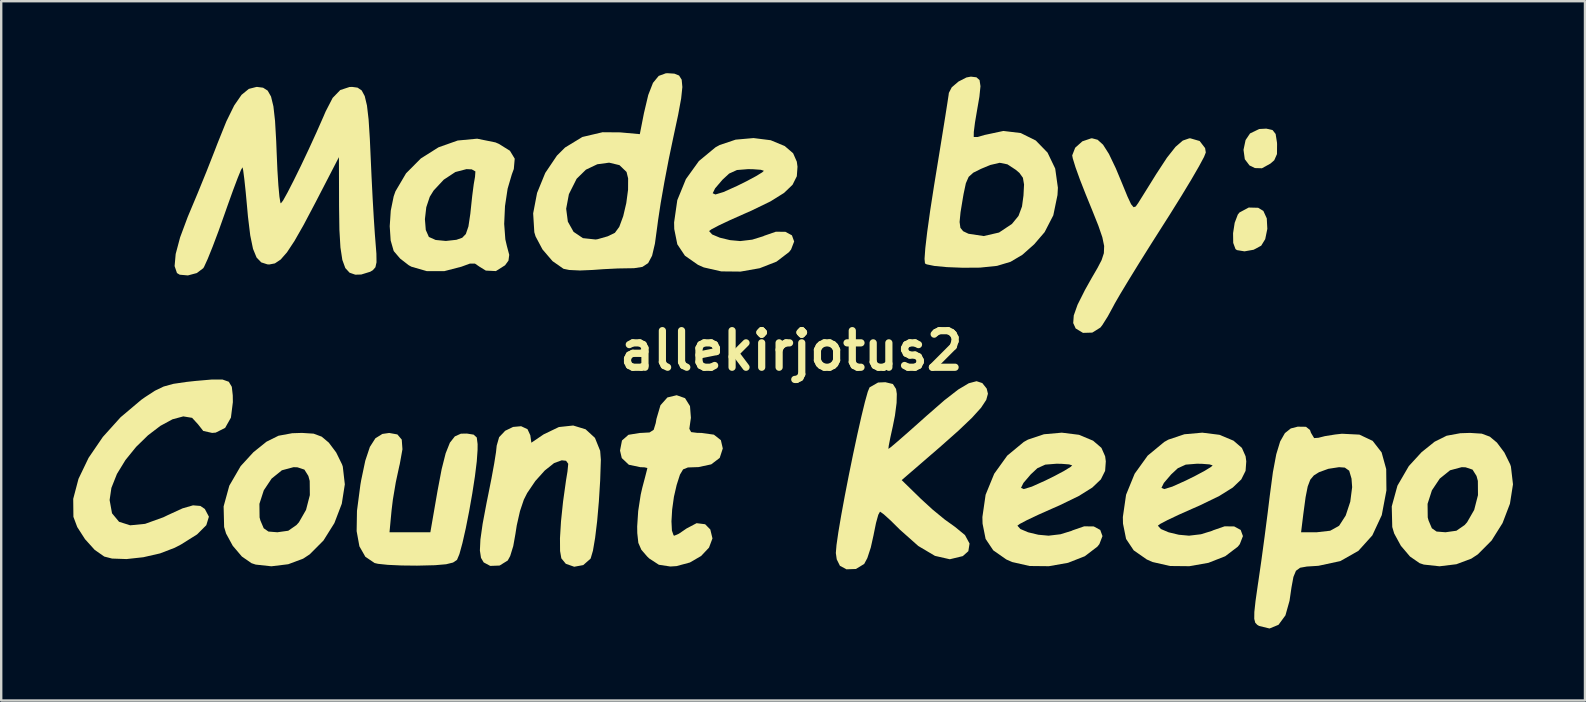
<source format=kicad_pcb>
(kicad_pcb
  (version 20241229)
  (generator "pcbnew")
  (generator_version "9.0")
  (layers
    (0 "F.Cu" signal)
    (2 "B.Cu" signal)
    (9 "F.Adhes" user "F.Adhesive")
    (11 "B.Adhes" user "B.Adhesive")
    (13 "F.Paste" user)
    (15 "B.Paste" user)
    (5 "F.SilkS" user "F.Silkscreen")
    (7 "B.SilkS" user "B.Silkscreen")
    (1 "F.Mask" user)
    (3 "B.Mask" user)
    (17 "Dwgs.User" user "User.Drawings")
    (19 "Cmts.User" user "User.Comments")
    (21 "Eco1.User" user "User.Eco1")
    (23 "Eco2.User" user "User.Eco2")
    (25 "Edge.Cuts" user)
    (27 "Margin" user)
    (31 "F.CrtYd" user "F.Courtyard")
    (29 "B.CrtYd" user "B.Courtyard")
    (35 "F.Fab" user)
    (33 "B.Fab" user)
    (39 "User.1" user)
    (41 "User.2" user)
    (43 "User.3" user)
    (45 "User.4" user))
  (footprint "allekirjotus2"
    (layer "F.Cu")
    (at 29.912 11.558)
    (property "Reference" "allekirjotus2" (at 0 0 0) (layer "F.SilkS") (effects (font (size 1.524 1.524) (thickness 0.3))))
    (attr board_only exclude_from_pos_files exclude_from_bom)
    (fp_poly (pts (xy 19.448 -5.953) (xy 19.664 -5.822) (xy 19.806 -5.511) (xy 19.829 -5.075) (xy 19.741 -4.646) (xy 19.574 -4.374) (xy 19.259 -4.205) (xy 18.878 -4.138) (xy 18.565 -4.189) (xy 18.503 -4.233) (xy 18.408 -4.49) (xy 18.402 -4.894) (xy 18.469 -5.327) (xy 18.599 -5.669) (xy 18.669 -5.757) (xy 19.054 -5.963)) (stroke (width 0) (type solid)) (fill yes) (layer "F.SilkS"))
    (fp_poly (pts (xy 20.048 -9.189) (xy 20.175 -9.027) (xy 20.23 -8.679) (xy 20.235 -8.611) (xy 20.231 -8.19) (xy 20.117 -7.932) (xy 19.953 -7.79) (xy 19.605 -7.599) (xy 19.314 -7.607) (xy 19.086 -7.717) (xy 18.891 -7.976) (xy 18.837 -8.367) (xy 18.923 -8.774) (xy 19.109 -9.05) (xy 19.491 -9.234) (xy 19.787 -9.25)) (stroke (width 0) (type solid)) (fill yes) (layer "F.SilkS"))
    (fp_poly (pts (xy -16.408 3.489) (xy -16.227 3.704) (xy -16.198 4.105) (xy -16.309 4.723) (xy -16.329 4.804) (xy -16.474 5.475) (xy -16.597 6.205) (xy -16.652 6.659) (xy -16.737 7.563) (xy -15.035 7.563) (xy -14.738 5.847) (xy -14.565 4.936) (xy -14.398 4.275) (xy -14.221 3.831) (xy -14.015 3.57) (xy -13.763 3.457) (xy -13.512 3.452) (xy -13.232 3.497) (xy -13.102 3.616) (xy -13.067 3.892) (xy -13.069 4.138) (xy -13.102 4.612) (xy -13.179 5.236) (xy -13.289 5.949) (xy -13.42 6.691) (xy -13.56 7.399) (xy -13.699 8.013) (xy -13.824 8.47) (xy -13.924 8.71) (xy -13.929 8.716) (xy -14.09 8.825) (xy -14.379 8.896) (xy -14.846 8.936) (xy -15.544 8.953) (xy -15.59 8.954) (xy -16.239 8.947) (xy -16.807 8.921) (xy -17.216 8.878) (xy -17.358 8.845) (xy -17.743 8.585) (xy -17.991 8.149) (xy -18.106 7.517) (xy -18.092 6.67) (xy -17.95 5.587) (xy -17.919 5.406) (xy -17.746 4.583) (xy -17.555 4.009) (xy -17.325 3.649) (xy -17.035 3.468) (xy -16.749 3.427)) (stroke (width 0) (type solid)) (fill yes) (layer "F.SilkS"))
    (fp_poly (pts (xy -19.898 3.456) (xy -19.562 3.581) (xy -19.266 3.829) (xy -18.958 4.24) (xy -18.715 4.735) (xy -18.683 4.828) (xy -18.598 5.567) (xy -18.725 6.376) (xy -19.033 7.182) (xy -19.489 7.909) (xy -20.062 8.484) (xy -20.334 8.663) (xy -20.955 8.895) (xy -21.658 8.981) (xy -22.31 8.91) (xy -22.486 8.852) (xy -22.886 8.575) (xy -23.266 8.128) (xy -23.545 7.617) (xy -23.626 7.345) (xy -23.647 6.487) (xy -23.618 6.38) (xy -22.156 6.38) (xy -22.149 6.946) (xy -22.114 7.076) (xy -21.977 7.397) (xy -21.78 7.534) (xy -21.414 7.563) (xy -21.406 7.563) (xy -20.954 7.5) (xy -20.614 7.264) (xy -20.51 7.148) (xy -20.214 6.632) (xy -20.055 6.016) (xy -20.061 5.425) (xy -20.117 5.218) (xy -20.282 4.954) (xy -20.571 4.858) (xy -20.734 4.852) (xy -21.22 4.982) (xy -21.648 5.328) (xy -21.974 5.817) (xy -22.156 6.38) (xy -23.618 6.38) (xy -23.41 5.623) (xy -22.936 4.807) (xy -22.406 4.229) (xy -21.861 3.791) (xy -21.362 3.543) (xy -20.793 3.438) (xy -20.385 3.425)) (stroke (width 0) (type solid)) (fill yes) (layer "F.SilkS"))
    (fp_poly (pts (xy 28.761 3.456) (xy 29.097 3.581) (xy 29.394 3.829) (xy 29.702 4.24) (xy 29.945 4.735) (xy 29.976 4.828) (xy 30.062 5.567) (xy 29.935 6.376) (xy 29.627 7.182) (xy 29.17 7.909) (xy 28.597 8.484) (xy 28.325 8.663) (xy 27.705 8.895) (xy 27.002 8.981) (xy 26.349 8.91) (xy 26.173 8.852) (xy 25.773 8.575) (xy 25.393 8.128) (xy 25.114 7.617) (xy 25.033 7.345) (xy 25.012 6.487) (xy 25.041 6.38) (xy 26.504 6.38) (xy 26.511 6.946) (xy 26.546 7.076) (xy 26.683 7.397) (xy 26.879 7.534) (xy 27.246 7.563) (xy 27.253 7.563) (xy 27.705 7.5) (xy 28.046 7.264) (xy 28.15 7.148) (xy 28.446 6.632) (xy 28.604 6.016) (xy 28.599 5.425) (xy 28.543 5.218) (xy 28.377 4.954) (xy 28.088 4.858) (xy 27.926 4.852) (xy 27.44 4.982) (xy 27.012 5.328) (xy 26.685 5.817) (xy 26.504 6.38) (xy 25.041 6.38) (xy 25.249 5.623) (xy 25.723 4.807) (xy 26.253 4.229) (xy 26.798 3.791) (xy 27.297 3.543) (xy 27.867 3.438) (xy 28.274 3.425)) (stroke (width 0) (type solid)) (fill yes) (layer "F.SilkS"))
    (fp_poly (pts (xy -23.692 1.202) (xy -23.432 1.294) (xy -23.306 1.505) (xy -23.266 1.861) (xy -23.262 2.144) (xy -23.343 2.789) (xy -23.584 3.216) (xy -23.977 3.413) (xy -24.127 3.425) (xy -24.496 3.343) (xy -24.712 3.068) (xy -24.96 2.797) (xy -25.326 2.737) (xy -25.777 2.858) (xy -26.279 3.13) (xy -26.795 3.523) (xy -27.293 4.008) (xy -27.736 4.555) (xy -28.091 5.134) (xy -28.322 5.716) (xy -28.396 6.221) (xy -28.296 6.773) (xy -28.004 7.126) (xy -27.539 7.274) (xy -26.918 7.213) (xy -26.156 6.939) (xy -25.971 6.849) (xy -25.356 6.567) (xy -24.922 6.442) (xy -24.617 6.467) (xy -24.43 6.593) (xy -24.26 6.915) (xy -24.368 7.268) (xy -24.754 7.654) (xy -25.422 8.073) (xy -25.685 8.21) (xy -26.294 8.444) (xy -26.994 8.604) (xy -27.693 8.68) (xy -28.294 8.659) (xy -28.618 8.576) (xy -29.017 8.298) (xy -29.419 7.853) (xy -29.744 7.348) (xy -29.904 6.921) (xy -29.912 6.172) (xy -29.692 5.338) (xy -29.272 4.463) (xy -28.678 3.593) (xy -27.939 2.773) (xy -27.079 2.048) (xy -26.918 1.934) (xy -26.507 1.667) (xy -26.145 1.493) (xy -25.739 1.381) (xy -25.192 1.301) (xy -24.815 1.26) (xy -24.137 1.201)) (stroke (width 0) (type solid)) (fill yes) (layer "F.SilkS"))
    (fp_poly (pts (xy -8.569 3.274) (xy -8.179 3.632) (xy -7.962 4.171) (xy -7.933 4.541) (xy -7.962 5.412) (xy -8.016 6.281) (xy -8.087 7.095) (xy -8.172 7.797) (xy -8.263 8.332) (xy -8.355 8.646) (xy -8.368 8.669) (xy -8.667 8.931) (xy -9.043 9) (xy -9.393 8.877) (xy -9.579 8.65) (xy -9.632 8.344) (xy -9.636 7.812) (xy -9.593 7.107) (xy -9.507 6.283) (xy -9.383 5.395) (xy -9.323 5.03) (xy -9.292 4.712) (xy -9.382 4.586) (xy -9.563 4.566) (xy -9.883 4.683) (xy -10.27 4.992) (xy -10.663 5.429) (xy -11.003 5.931) (xy -11.142 6.207) (xy -11.301 6.68) (xy -11.436 7.274) (xy -11.492 7.634) (xy -11.582 8.139) (xy -11.71 8.554) (xy -11.812 8.74) (xy -12.15 8.95) (xy -12.541 8.965) (xy -12.814 8.819) (xy -12.926 8.629) (xy -12.972 8.323) (xy -12.95 7.863) (xy -12.858 7.213) (xy -12.693 6.335) (xy -12.629 6.021) (xy -12.49 5.324) (xy -12.376 4.701) (xy -12.3 4.222) (xy -12.272 3.955) (xy -12.171 3.603) (xy -11.919 3.336) (xy -11.589 3.176) (xy -11.255 3.146) (xy -10.989 3.27) (xy -10.872 3.522) (xy -10.828 3.833) (xy -10.317 3.486) (xy -9.683 3.181) (xy -9.085 3.117)) (stroke (width 0) (type solid)) (fill yes) (layer "F.SilkS"))
    (fp_poly (pts (xy 17.01 -8.734) (xy 17.237 -8.439) (xy 17.266 -8.257) (xy 17.192 -8.07) (xy 16.983 -7.681) (xy 16.663 -7.128) (xy 16.252 -6.449) (xy 15.773 -5.68) (xy 15.501 -5.253) (xy 14.973 -4.422) (xy 14.478 -3.632) (xy 14.045 -2.928) (xy 13.7 -2.356) (xy 13.471 -1.96) (xy 13.416 -1.855) (xy 13.181 -1.424) (xy 12.957 -1.069) (xy 12.875 -0.963) (xy 12.537 -0.753) (xy 12.15 -0.742) (xy 11.845 -0.926) (xy 11.743 -1.151) (xy 11.766 -1.468) (xy 11.924 -1.914) (xy 12.232 -2.528) (xy 12.505 -3.015) (xy 12.753 -3.442) (xy 12.926 -3.773) (xy 13.02 -4.061) (xy 13.032 -4.36) (xy 12.957 -4.723) (xy 12.792 -5.204) (xy 12.532 -5.855) (xy 12.255 -6.535) (xy 12.022 -7.13) (xy 11.837 -7.644) (xy 11.725 -8.009) (xy 11.701 -8.135) (xy 11.825 -8.454) (xy 12.124 -8.721) (xy 12.494 -8.846) (xy 12.53 -8.847) (xy 12.76 -8.786) (xy 12.986 -8.581) (xy 13.23 -8.197) (xy 13.516 -7.6) (xy 13.781 -6.964) (xy 14.005 -6.418) (xy 14.154 -6.101) (xy 14.258 -5.976) (xy 14.348 -6.007) (xy 14.453 -6.156) (xy 14.636 -6.449) (xy 14.909 -6.887) (xy 15.196 -7.349) (xy 15.645 -8.035) (xy 16.006 -8.492) (xy 16.307 -8.752) (xy 16.579 -8.846) (xy 16.62 -8.847)) (stroke (width 0) (type solid)) (fill yes) (layer "F.SilkS"))
    (fp_poly (pts (xy -12.324 -8.676) (xy -12.182 -8.615) (xy -11.721 -8.328) (xy -11.521 -7.998) (xy -11.559 -7.569) (xy -11.642 -7.343) (xy -11.817 -6.747) (xy -11.926 -6.023) (xy -11.96 -5.282) (xy -11.912 -4.637) (xy -11.849 -4.367) (xy -11.75 -3.993) (xy -11.781 -3.754) (xy -11.923 -3.558) (xy -12.305 -3.316) (xy -12.724 -3.336) (xy -12.988 -3.498) (xy -13.176 -3.627) (xy -13.39 -3.627) (xy -13.743 -3.498) (xy -14.456 -3.313) (xy -15.185 -3.314) (xy -15.824 -3.498) (xy -15.937 -3.56) (xy -16.294 -3.837) (xy -16.552 -4.139) (xy -16.566 -4.164) (xy -16.689 -4.593) (xy -16.728 -5.185) (xy -16.708 -5.478) (xy -15.262 -5.478) (xy -15.226 -5.028) (xy -15.097 -4.738) (xy -14.815 -4.612) (xy -14.389 -4.571) (xy -13.95 -4.619) (xy -13.708 -4.704) (xy -13.557 -4.861) (xy -13.449 -5.176) (xy -13.37 -5.707) (xy -13.352 -5.881) (xy -13.292 -6.443) (xy -13.229 -6.929) (xy -13.176 -7.236) (xy -13.175 -7.242) (xy -13.159 -7.467) (xy -13.31 -7.553) (xy -13.53 -7.563) (xy -13.994 -7.442) (xy -14.479 -7.122) (xy -14.9 -6.67) (xy -15.06 -6.411) (xy -15.205 -5.976) (xy -15.262 -5.478) (xy -16.708 -5.478) (xy -16.685 -5.833) (xy -16.563 -6.429) (xy -16.489 -6.639) (xy -16.047 -7.389) (xy -15.431 -8.008) (xy -14.695 -8.472) (xy -13.895 -8.755) (xy -13.086 -8.831)) (stroke (width 0) (type solid)) (fill yes) (layer "F.SilkS"))
    (fp_poly (pts (xy -0.858 -8.767) (xy -0.276 -8.525) (xy -0.271 -8.522) (xy 0.076 -8.223) (xy 0.23 -7.872) (xy 0.258 -7.663) (xy 0.23 -7.267) (xy 0.052 -6.911) (xy -0.303 -6.571) (xy -0.867 -6.219) (xy -1.668 -5.83) (xy -1.962 -5.701) (xy -2.547 -5.441) (xy -3.021 -5.217) (xy -3.33 -5.054) (xy -3.425 -4.983) (xy -3.298 -4.842) (xy -2.977 -4.707) (xy -2.552 -4.605) (xy -2.127 -4.566) (xy -1.629 -4.625) (xy -1.17 -4.767) (xy -1.125 -4.789) (xy -0.643 -4.956) (xy -0.244 -4.951) (xy 0.026 -4.805) (xy 0.119 -4.549) (xy -0.01 -4.214) (xy -0.095 -4.107) (xy -0.617 -3.709) (xy -1.318 -3.435) (xy -2.113 -3.295) (xy -2.917 -3.303) (xy -3.646 -3.469) (xy -3.887 -3.576) (xy -4.431 -3.956) (xy -4.748 -4.431) (xy -4.876 -5.067) (xy -4.882 -5.343) (xy -4.749 -6.271) (xy -4.631 -6.558) (xy -3.274 -6.558) (xy -3.16 -6.507) (xy -2.824 -6.609) (xy -2.259 -6.863) (xy -1.864 -7.059) (xy -1.472 -7.269) (xy -1.21 -7.43) (xy -1.142 -7.494) (xy -1.269 -7.535) (xy -1.593 -7.559) (xy -1.798 -7.563) (xy -2.263 -7.526) (xy -2.591 -7.377) (xy -2.868 -7.12) (xy -3.174 -6.762) (xy -3.274 -6.558) (xy -4.631 -6.558) (xy -4.391 -7.146) (xy -3.848 -7.901) (xy -3.16 -8.47) (xy -2.984 -8.568) (xy -2.318 -8.791) (xy -1.574 -8.857)) (stroke (width 0) (type solid)) (fill yes) (layer "F.SilkS"))
    (fp_poly (pts (xy 11.985 3.504) (xy 12.566 3.747) (xy 12.572 3.75) (xy 12.919 4.049) (xy 13.073 4.399) (xy 13.101 4.609) (xy 13.072 5.005) (xy 12.895 5.361) (xy 12.539 5.701) (xy 11.976 6.053) (xy 11.175 6.442) (xy 10.881 6.571) (xy 10.296 6.831) (xy 9.822 7.055) (xy 9.513 7.218) (xy 9.418 7.289) (xy 9.545 7.429) (xy 9.866 7.565) (xy 10.291 7.667) (xy 10.716 7.706) (xy 11.213 7.647) (xy 11.673 7.505) (xy 11.718 7.483) (xy 12.2 7.316) (xy 12.599 7.321) (xy 12.869 7.467) (xy 12.962 7.723) (xy 12.833 8.058) (xy 12.748 8.164) (xy 12.226 8.562) (xy 11.525 8.837) (xy 10.73 8.977) (xy 9.926 8.969) (xy 9.196 8.803) (xy 8.956 8.696) (xy 8.412 8.316) (xy 8.094 7.841) (xy 7.967 7.205) (xy 7.96 6.929) (xy 8.094 6.001) (xy 8.211 5.714) (xy 9.569 5.714) (xy 9.683 5.765) (xy 10.018 5.663) (xy 10.583 5.409) (xy 10.979 5.213) (xy 11.371 5.003) (xy 11.633 4.842) (xy 11.701 4.778) (xy 11.573 4.737) (xy 11.249 4.712) (xy 11.045 4.709) (xy 10.58 4.746) (xy 10.251 4.895) (xy 9.975 5.152) (xy 9.669 5.51) (xy 9.569 5.714) (xy 8.211 5.714) (xy 8.452 5.126) (xy 8.995 4.371) (xy 9.683 3.802) (xy 9.858 3.704) (xy 10.524 3.481) (xy 11.268 3.415)) (stroke (width 0) (type solid)) (fill yes) (layer "F.SilkS"))
    (fp_poly (pts (xy 17.835 3.504) (xy 18.417 3.747) (xy 18.422 3.75) (xy 18.769 4.049) (xy 18.924 4.399) (xy 18.952 4.609) (xy 18.923 5.005) (xy 18.745 5.361) (xy 18.39 5.701) (xy 17.826 6.053) (xy 17.025 6.442) (xy 16.731 6.571) (xy 16.146 6.831) (xy 15.673 7.055) (xy 15.363 7.218) (xy 15.269 7.289) (xy 15.396 7.429) (xy 15.717 7.565) (xy 16.141 7.667) (xy 16.567 7.706) (xy 17.064 7.647) (xy 17.524 7.505) (xy 17.568 7.483) (xy 18.05 7.316) (xy 18.45 7.321) (xy 18.719 7.467) (xy 18.813 7.723) (xy 18.683 8.058) (xy 18.599 8.164) (xy 18.076 8.562) (xy 17.375 8.837) (xy 16.581 8.977) (xy 15.776 8.969) (xy 15.047 8.803) (xy 14.806 8.696) (xy 14.262 8.316) (xy 13.945 7.841) (xy 13.817 7.205) (xy 13.811 6.929) (xy 13.945 6.001) (xy 14.062 5.714) (xy 15.419 5.714) (xy 15.533 5.765) (xy 15.869 5.663) (xy 16.434 5.409) (xy 16.829 5.213) (xy 17.221 5.003) (xy 17.483 4.842) (xy 17.552 4.778) (xy 17.424 4.737) (xy 17.1 4.712) (xy 16.895 4.709) (xy 16.431 4.746) (xy 16.102 4.895) (xy 15.825 5.152) (xy 15.519 5.51) (xy 15.419 5.714) (xy 14.062 5.714) (xy 14.302 5.126) (xy 14.845 4.371) (xy 15.534 3.802) (xy 15.709 3.704) (xy 16.375 3.481) (xy 17.119 3.415)) (stroke (width 0) (type solid)) (fill yes) (layer "F.SilkS"))
    (fp_poly (pts (xy -4.427 1.977) (xy -4.22 2.308) (xy -4.182 2.796) (xy -4.203 2.94) (xy -4.247 3.254) (xy -4.173 3.391) (xy -3.911 3.424) (xy -3.745 3.425) (xy -3.225 3.498) (xy -2.934 3.727) (xy -2.854 4.073) (xy -2.982 4.466) (xy -3.336 4.735) (xy -3.873 4.85) (xy -3.966 4.852) (xy -4.308 4.864) (xy -4.508 4.945) (xy -4.638 5.164) (xy -4.774 5.588) (xy -4.775 5.591) (xy -4.889 6.085) (xy -4.963 6.615) (xy -4.992 7.109) (xy -4.973 7.493) (xy -4.904 7.692) (xy -4.871 7.706) (xy -4.684 7.625) (xy -4.395 7.428) (xy -4.371 7.41) (xy -3.945 7.185) (xy -3.59 7.229) (xy -3.374 7.448) (xy -3.284 7.82) (xy -3.428 8.203) (xy -3.757 8.552) (xy -4.224 8.823) (xy -4.782 8.973) (xy -5.039 8.99) (xy -5.517 8.917) (xy -5.919 8.655) (xy -6.004 8.573) (xy -6.247 8.292) (xy -6.372 8.005) (xy -6.416 7.6) (xy -6.42 7.324) (xy -6.378 6.681) (xy -6.273 5.996) (xy -6.207 5.708) (xy -6.093 5.277) (xy -6.016 4.977) (xy -5.995 4.887) (xy -6.114 4.859) (xy -6.288 4.852) (xy -6.768 4.751) (xy -7.062 4.473) (xy -7.135 4.162) (xy -7.053 3.74) (xy -6.784 3.504) (xy -6.295 3.425) (xy -6.252 3.425) (xy -5.905 3.406) (xy -5.733 3.296) (xy -5.647 3.015) (xy -5.618 2.844) (xy -5.45 2.272) (xy -5.161 1.948) (xy -4.775 1.855)) (stroke (width 0) (type solid)) (fill yes) (layer "F.SilkS"))
    (fp_poly (pts (xy -4.869 -11.54) (xy -4.675 -11.462) (xy -4.566 -11.288) (xy -4.538 -10.982) (xy -4.588 -10.507) (xy -4.713 -9.828) (xy -4.91 -8.908) (xy -4.914 -8.89) (xy -5.104 -7.982) (xy -5.285 -7.037) (xy -5.441 -6.149) (xy -5.553 -5.411) (xy -5.58 -5.201) (xy -5.681 -4.458) (xy -5.799 -3.956) (xy -5.963 -3.648) (xy -6.204 -3.49) (xy -6.553 -3.436) (xy -6.769 -3.433) (xy -7.233 -3.425) (xy -7.83 -3.395) (xy -8.276 -3.363) (xy -8.805 -3.341) (xy -9.251 -3.362) (xy -9.489 -3.411) (xy -9.947 -3.731) (xy -10.365 -4.219) (xy -10.653 -4.761) (xy -10.705 -4.934) (xy -10.753 -5.72) (xy -10.716 -5.913) (xy -9.378 -5.913) (xy -9.308 -5.375) (xy -9.07 -4.951) (xy -8.68 -4.688) (xy -8.154 -4.632) (xy -8.07 -4.644) (xy -7.649 -4.764) (xy -7.348 -4.91) (xy -7.166 -5.159) (xy -7.002 -5.602) (xy -6.874 -6.147) (xy -6.8 -6.702) (xy -6.797 -7.176) (xy -6.863 -7.445) (xy -7.158 -7.729) (xy -7.589 -7.832) (xy -8.08 -7.766) (xy -8.554 -7.541) (xy -8.935 -7.169) (xy -8.948 -7.15) (xy -9.264 -6.521) (xy -9.378 -5.913) (xy -10.716 -5.913) (xy -10.59 -6.571) (xy -10.25 -7.403) (xy -9.762 -8.127) (xy -9.424 -8.463) (xy -8.704 -8.902) (xy -7.862 -9.1) (xy -7.13 -9.094) (xy -6.31 -9.02) (xy -6.138 -9.895) (xy -5.959 -10.651) (xy -5.762 -11.156) (xy -5.524 -11.446) (xy -5.226 -11.555) (xy -5.151 -11.558)) (stroke (width 0) (type solid)) (fill yes) (layer "F.SilkS"))
    (fp_poly (pts (xy 21.439 3.17) (xy 21.605 3.302) (xy 21.648 3.423) (xy 21.779 3.641) (xy 21.958 3.628) (xy 22.229 3.559) (xy 22.663 3.49) (xy 22.937 3.46) (xy 23.664 3.496) (xy 24.216 3.756) (xy 24.589 4.236) (xy 24.781 4.932) (xy 24.79 5.821) (xy 24.596 6.85) (xy 24.203 7.694) (xy 23.623 8.337) (xy 22.871 8.764) (xy 21.961 8.96) (xy 21.909 8.964) (xy 21.476 8.991) (xy 21.195 9.041) (xy 21.022 9.168) (xy 20.916 9.424) (xy 20.835 9.862) (xy 20.754 10.417) (xy 20.583 11.026) (xy 20.295 11.418) (xy 19.921 11.572) (xy 19.487 11.466) (xy 19.411 11.421) (xy 19.326 11.333) (xy 19.284 11.171) (xy 19.288 10.884) (xy 19.338 10.424) (xy 19.435 9.741) (xy 19.456 9.604) (xy 19.58 8.745) (xy 19.716 7.743) (xy 19.739 7.563) (xy 21.235 7.563) (xy 21.891 7.563) (xy 22.447 7.5) (xy 22.812 7.297) (xy 22.824 7.285) (xy 23.094 6.866) (xy 23.284 6.291) (xy 23.362 5.685) (xy 23.336 5.328) (xy 23.239 5) (xy 23.057 4.87) (xy 22.818 4.852) (xy 22.369 4.921) (xy 21.98 5.063) (xy 21.767 5.196) (xy 21.618 5.374) (xy 21.511 5.657) (xy 21.423 6.102) (xy 21.333 6.769) (xy 21.327 6.814) (xy 21.235 7.563) (xy 19.739 7.563) (xy 19.846 6.738) (xy 19.928 6.065) (xy 20.061 5.062) (xy 20.202 4.312) (xy 20.364 3.78) (xy 20.561 3.434) (xy 20.806 3.239) (xy 21.094 3.165)) (stroke (width 0) (type solid)) (fill yes) (layer "F.SilkS"))
    (fp_poly (pts (xy 7.956 1.349) (xy 8.137 1.576) (xy 8.139 1.579) (xy 8.191 1.793) (xy 8.12 2.05) (xy 7.905 2.376) (xy 7.525 2.796) (xy 6.961 3.333) (xy 6.192 4.015) (xy 6.084 4.108) (xy 4.598 5.391) (xy 5.403 6.176) (xy 5.886 6.618) (xy 6.389 7.031) (xy 6.804 7.329) (xy 6.814 7.335) (xy 7.234 7.68) (xy 7.425 8.034) (xy 7.375 8.351) (xy 7.144 8.557) (xy 6.603 8.688) (xy 5.984 8.547) (xy 5.29 8.136) (xy 4.523 7.455) (xy 4.5 7.432) (xy 4.138 7.074) (xy 3.852 6.815) (xy 3.699 6.707) (xy 3.694 6.707) (xy 3.623 6.836) (xy 3.529 7.175) (xy 3.432 7.651) (xy 3.429 7.67) (xy 3.311 8.199) (xy 3.167 8.639) (xy 3.036 8.883) (xy 2.692 9.093) (xy 2.298 9.107) (xy 2.026 8.961) (xy 1.893 8.693) (xy 1.855 8.428) (xy 1.883 8.093) (xy 1.961 7.553) (xy 2.079 6.857) (xy 2.227 6.054) (xy 2.395 5.191) (xy 2.573 4.319) (xy 2.751 3.487) (xy 2.919 2.742) (xy 3.067 2.134) (xy 3.185 1.712) (xy 3.261 1.527) (xy 3.615 1.326) (xy 3.917 1.313) (xy 4.231 1.388) (xy 4.364 1.595) (xy 4.395 1.799) (xy 4.386 2.175) (xy 4.318 2.7) (xy 4.228 3.154) (xy 4.125 3.621) (xy 4.059 3.959) (xy 4.044 4.092) (xy 4.154 4.012) (xy 4.437 3.772) (xy 4.856 3.406) (xy 5.374 2.946) (xy 5.639 2.709) (xy 6.38 2.063) (xy 6.955 1.617) (xy 7.392 1.357) (xy 7.717 1.271)) (stroke (width 0) (type solid)) (fill yes) (layer "F.SilkS"))
    (fp_poly (pts (xy 7.712 -11.388) (xy 7.842 -11.272) (xy 7.88 -11.018) (xy 7.835 -10.577) (xy 7.739 -10.022) (xy 7.652 -9.508) (xy 7.602 -9.113) (xy 7.599 -8.911) (xy 7.604 -8.901) (xy 7.766 -8.902) (xy 8.052 -8.986) (xy 8.834 -9.153) (xy 9.557 -9.066) (xy 10.182 -8.756) (xy 10.673 -8.252) (xy 10.993 -7.586) (xy 11.105 -6.787) (xy 11.088 -6.484) (xy 10.914 -5.639) (xy 10.552 -4.938) (xy 10.119 -4.433) (xy 9.626 -3.995) (xy 9.134 -3.703) (xy 8.569 -3.533) (xy 7.857 -3.46) (xy 7.14 -3.455) (xy 6.48 -3.481) (xy 5.961 -3.53) (xy 5.638 -3.596) (xy 5.568 -3.635) (xy 5.55 -3.825) (xy 5.582 -4.27) (xy 5.661 -4.947) (xy 5.719 -5.36) (xy 7.01 -5.36) (xy 7.044 -5.117) (xy 7.16 -4.976) (xy 7.367 -4.877) (xy 7.385 -4.87) (xy 8.015 -4.775) (xy 8.653 -4.922) (xy 9.191 -5.28) (xy 9.464 -5.614) (xy 9.61 -6.007) (xy 9.671 -6.46) (xy 9.695 -6.922) (xy 9.648 -7.203) (xy 9.501 -7.407) (xy 9.343 -7.54) (xy 9.001 -7.763) (xy 8.68 -7.827) (xy 8.283 -7.734) (xy 7.901 -7.574) (xy 7.58 -7.414) (xy 7.388 -7.241) (xy 7.271 -6.974) (xy 7.176 -6.527) (xy 7.152 -6.389) (xy 7.049 -5.764) (xy 7.01 -5.36) (xy 5.719 -5.36) (xy 5.784 -5.829) (xy 5.949 -6.892) (xy 6.001 -7.211) (xy 6.157 -8.166) (xy 6.296 -9.027) (xy 6.413 -9.754) (xy 6.5 -10.308) (xy 6.552 -10.648) (xy 6.563 -10.738) (xy 6.682 -10.969) (xy 6.962 -11.21) (xy 7.295 -11.381) (xy 7.48 -11.416)) (stroke (width 0) (type solid)) (fill yes) (layer "F.SilkS"))
    (fp_poly (pts (xy -18.067 -10.957) (xy -17.896 -10.841) (xy -17.769 -10.605) (xy -17.676 -10.214) (xy -17.608 -9.631) (xy -17.556 -8.821) (xy -17.526 -8.148) (xy -17.485 -7.244) (xy -17.439 -6.338) (xy -17.391 -5.512) (xy -17.347 -4.849) (xy -17.328 -4.617) (xy -17.283 -4.041) (xy -17.278 -3.682) (xy -17.324 -3.475) (xy -17.43 -3.354) (xy -17.54 -3.288) (xy -17.914 -3.173) (xy -18.162 -3.166) (xy -18.401 -3.249) (xy -18.578 -3.442) (xy -18.702 -3.782) (xy -18.781 -4.301) (xy -18.824 -5.037) (xy -18.838 -5.993) (xy -18.844 -8.062) (xy -19.832 -6.152) (xy -20.311 -5.245) (xy -20.696 -4.57) (xy -21.009 -4.095) (xy -21.274 -3.794) (xy -21.512 -3.636) (xy -21.747 -3.591) (xy -21.827 -3.597) (xy -22.081 -3.679) (xy -22.275 -3.882) (xy -22.423 -4.244) (xy -22.538 -4.802) (xy -22.634 -5.594) (xy -22.668 -5.971) (xy -22.728 -6.617) (xy -22.785 -7.15) (xy -22.832 -7.511) (xy -22.86 -7.639) (xy -22.923 -7.531) (xy -23.059 -7.199) (xy -23.252 -6.687) (xy -23.484 -6.042) (xy -23.599 -5.714) (xy -23.858 -4.986) (xy -24.103 -4.336) (xy -24.311 -3.82) (xy -24.459 -3.497) (xy -24.494 -3.437) (xy -24.763 -3.234) (xy -25.135 -3.135) (xy -25.475 -3.165) (xy -25.59 -3.234) (xy -25.689 -3.524) (xy -25.644 -4.028) (xy -25.46 -4.719) (xy -25.144 -5.568) (xy -25.064 -5.759) (xy -24.728 -6.56) (xy -24.36 -7.464) (xy -24.022 -8.323) (xy -23.903 -8.633) (xy -23.534 -9.549) (xy -23.207 -10.214) (xy -22.901 -10.657) (xy -22.598 -10.905) (xy -22.278 -10.987) (xy -22.258 -10.988) (xy -22.004 -10.955) (xy -21.812 -10.833) (xy -21.672 -10.586) (xy -21.573 -10.178) (xy -21.505 -9.573) (xy -21.457 -8.735) (xy -21.438 -8.254) (xy -21.406 -7.513) (xy -21.366 -6.886) (xy -21.323 -6.421) (xy -21.282 -6.168) (xy -21.263 -6.136) (xy -21.169 -6.258) (xy -20.983 -6.593) (xy -20.727 -7.092) (xy -20.425 -7.706) (xy -20.102 -8.389) (xy -19.781 -9.09) (xy -19.484 -9.762) (xy -19.4 -9.959) (xy -19.106 -10.529) (xy -18.789 -10.857) (xy -18.406 -10.983) (xy -18.292 -10.988)) (stroke (width 0) (type solid)) (fill yes) (layer "F.SilkS")))
  (gr_rect
    (start -3 -3)
    (end 62.973 26.13)
    (stroke (width 0.1) (type default))
    (fill no)
    (layer "Edge.Cuts")))
</source>
